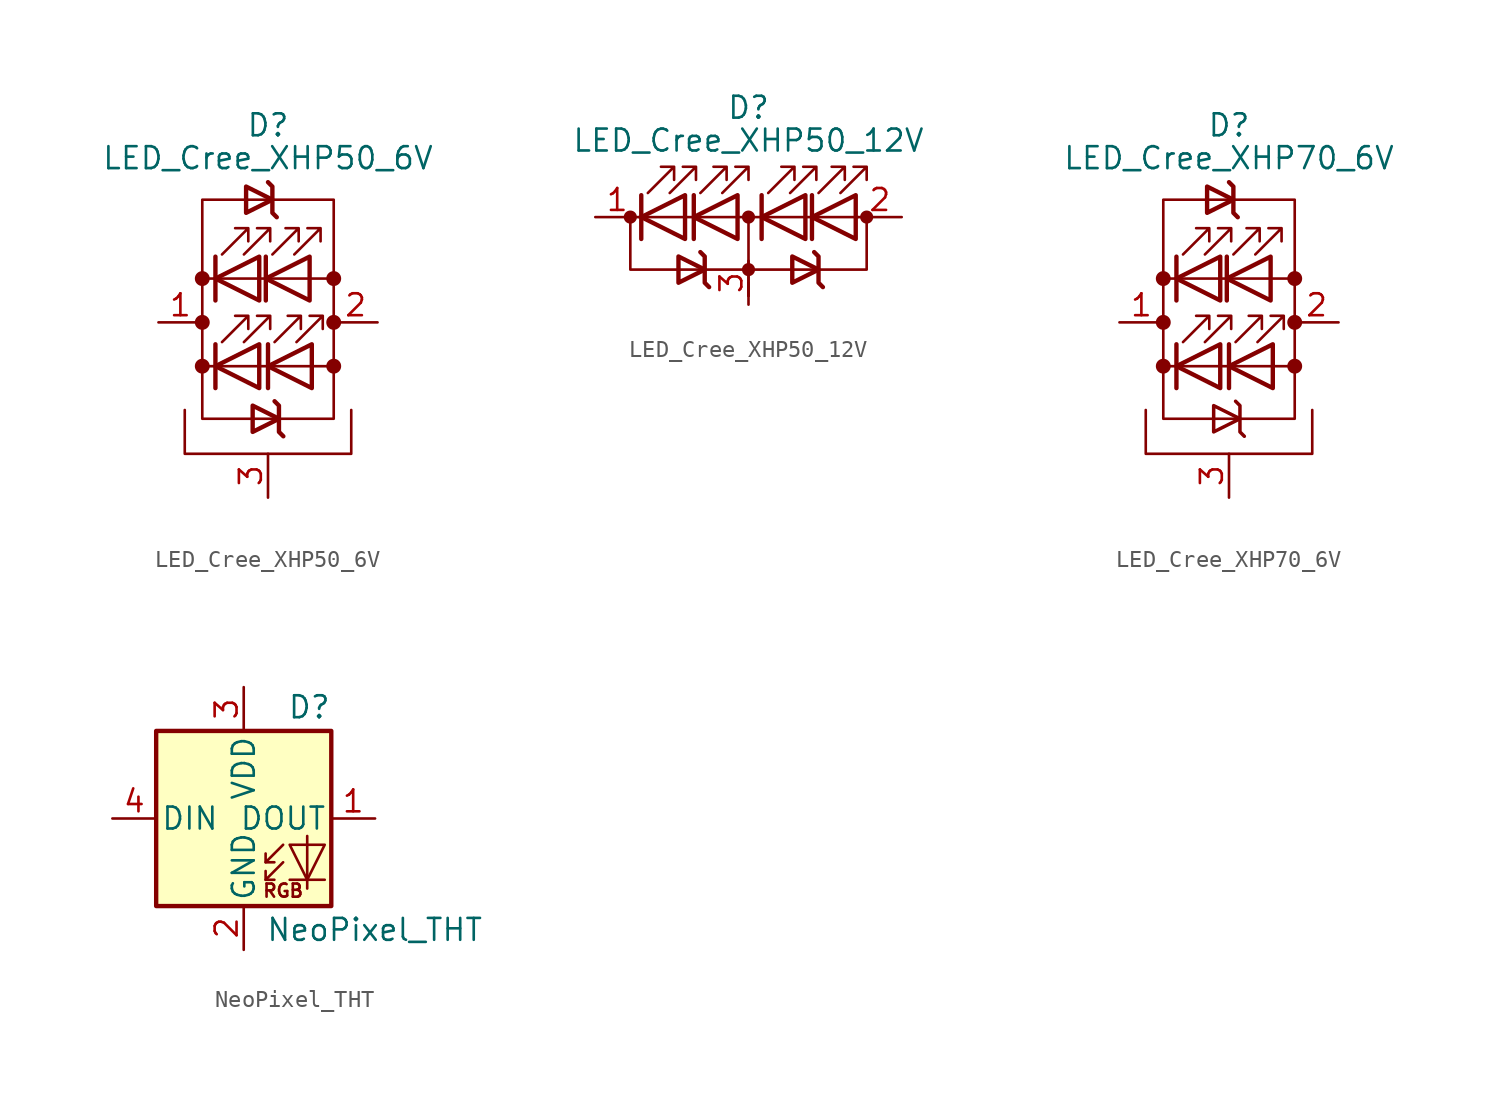
<source format=kicad_sym>
(kicad_symbol_lib
  (version 20211014)
  (generator kicad_symbol_editor)
  (symbol "LED_Cree_XHP50_6V"
    (pin_names
      (offset 1.016) hide)
    (property "Reference" "D"
      (at 0 11.43 0)
      (effects (font (size 1.27 1.27))))
    (property "Value" "LED_Cree_XHP50_6V"
      (at 0 9.525 0)
      (effects (font (size 1.27 1.27))))
    (symbol "LED_Cree_XHP50_6V_0_1"
      (circle (center -3.81 -2.54) (radius 0.356) (stroke (width 0) (type default) (color 0 0 0 0)) (fill (type outline)))
      (circle (center -3.81 0) (radius 0.356) (stroke (width 0) (type default) (color 0 0 0 0)) (fill (type outline)))
      (circle (center -3.81 2.54) (radius 0.356) (stroke (width 0) (type default) (color 0 0 0 0)) (fill (type outline)))
      (polyline (pts (xy -3.81 -2.54) (xy 3.81 -2.54)) (stroke (width 0) (type default) (color 0 0 0 0)) (fill (type none)))
      (polyline (pts (xy -3.048 -3.81) (xy -3.048 -1.27)) (stroke (width 0.254) (type default) (color 0 0 0 0)) (fill (type none)))
      (polyline (pts (xy -3.048 1.27) (xy -3.048 3.81)) (stroke (width 0.254) (type default) (color 0 0 0 0)) (fill (type none)))
      (polyline (pts (xy -0.127 1.27) (xy -0.127 3.81)) (stroke (width 0.254) (type default) (color 0 0 0 0)) (fill (type none)))
      (polyline (pts (xy 0 -3.81) (xy 0 -1.27)) (stroke (width 0.254) (type default) (color 0 0 0 0)) (fill (type none)))
      (polyline (pts (xy 3.81 2.54) (xy -3.81 2.54)) (stroke (width 0) (type default) (color 0 0 0 0)) (fill (type none)))
      (polyline (pts (xy -4.826 -5.08) (xy -4.826 -7.62) (xy 4.826 -7.62) (xy 4.826 -5.08)) (stroke (width 0) (type default) (color 0 0 0 0)) (fill (type none)))
      (polyline (pts (xy -0.508 -3.81) (xy -0.508 -1.27) (xy -3.048 -2.54) (xy -0.508 -3.81)) (stroke (width 0.254) (type default) (color 0 0 0 0)) (fill (type none)))
      (polyline (pts (xy -0.508 1.27) (xy -0.508 3.81) (xy -3.048 2.54) (xy -0.508 1.27)) (stroke (width 0.254) (type default) (color 0 0 0 0)) (fill (type none)))
      (polyline (pts (xy 0.508 6.096) (xy 0.254 6.35) (xy 0.254 7.874) (xy 0 8.128)) (stroke (width 0.254) (type default) (color 0 0 0 0)) (fill (type none)))
      (polyline (pts (xy 0.889 -6.604) (xy 0.635 -6.35) (xy 0.635 -4.826) (xy 0.381 -4.572)) (stroke (width 0.254) (type default) (color 0 0 0 0)) (fill (type none)))
      (polyline (pts (xy 2.413 1.27) (xy 2.413 3.81) (xy -0.127 2.54) (xy 2.413 1.27)) (stroke (width 0.254) (type default) (color 0 0 0 0)) (fill (type none)))
      (polyline (pts (xy 2.54 -3.81) (xy 2.54 -1.27) (xy 0 -2.54) (xy 2.54 -3.81)) (stroke (width 0.254) (type default) (color 0 0 0 0)) (fill (type none)))
      (polyline (pts (xy -3.81 -5.588) (xy -3.81 7.112) (xy 3.81 7.112) (xy 3.81 -5.588) (xy -3.81 -5.588)) (stroke (width 0) (type default) (color 0 0 0 0)) (fill (type none)))
      (polyline (pts (xy -2.667 -1.143) (xy -1.143 0.381) (xy -1.905 0.381) (xy -1.143 0.381) (xy -1.143 -0.381)) (stroke (width 0) (type default) (color 0 0 0 0)) (fill (type none)))
      (polyline (pts (xy -2.667 3.937) (xy -1.143 5.461) (xy -1.905 5.461) (xy -1.143 5.461) (xy -1.143 4.699)) (stroke (width 0) (type default) (color 0 0 0 0)) (fill (type none)))
      (polyline (pts (xy -1.397 -1.143) (xy 0.127 0.381) (xy -0.635 0.381) (xy 0.127 0.381) (xy 0.127 -0.381)) (stroke (width 0) (type default) (color 0 0 0 0)) (fill (type none)))
      (polyline (pts (xy -1.397 3.937) (xy 0.127 5.461) (xy -0.635 5.461) (xy 0.127 5.461) (xy 0.127 4.699)) (stroke (width 0) (type default) (color 0 0 0 0)) (fill (type none)))
      (polyline (pts (xy -1.27 6.35) (xy -1.27 7.874) (xy 0.254 7.112) (xy -1.27 6.35) (xy -1.27 6.604)) (stroke (width 0.254) (type default) (color 0 0 0 0)) (fill (type none)))
      (polyline (pts (xy -0.889 -6.35) (xy -0.889 -4.826) (xy 0.635 -5.588) (xy -0.889 -6.35) (xy -0.889 -6.096)) (stroke (width 0.254) (type default) (color 0 0 0 0)) (fill (type none)))
      (polyline (pts (xy 0.254 3.937) (xy 1.778 5.461) (xy 1.016 5.461) (xy 1.778 5.461) (xy 1.778 4.699)) (stroke (width 0) (type default) (color 0 0 0 0)) (fill (type none)))
      (polyline (pts (xy 0.381 -1.143) (xy 1.905 0.381) (xy 1.143 0.381) (xy 1.905 0.381) (xy 1.905 -0.381)) (stroke (width 0) (type default) (color 0 0 0 0)) (fill (type none)))
      (polyline (pts (xy 1.524 3.937) (xy 3.048 5.461) (xy 2.286 5.461) (xy 3.048 5.461) (xy 3.048 4.699)) (stroke (width 0) (type default) (color 0 0 0 0)) (fill (type none)))
      (polyline (pts (xy 1.651 -1.143) (xy 3.175 0.381) (xy 2.413 0.381) (xy 3.175 0.381) (xy 3.175 -0.381)) (stroke (width 0) (type default) (color 0 0 0 0)) (fill (type none)))
      (circle (center 3.81 -2.54) (radius 0.356) (stroke (width 0) (type default) (color 0 0 0 0)) (fill (type outline)))
      (circle (center 3.81 0) (radius 0.356) (stroke (width 0) (type default) (color 0 0 0 0)) (fill (type outline)))
      (circle (center 3.81 2.54) (radius 0.356) (stroke (width 0) (type default) (color 0 0 0 0)) (fill (type outline))))
    (symbol "LED_Cree_XHP50_6V_1_1"
      (pin passive line (at -6.35 0 0) (length 2.54) (name "K" (effects (font (size 1.27 1.27)))) (number "1" (effects (font (size 1.27 1.27)))))
      (pin passive line (at 6.35 0 180) (length 2.54) (name "A" (effects (font (size 1.27 1.27)))) (number "2" (effects (font (size 1.27 1.27)))))
      (pin passive line (at 0 -10.16 90) (length 2.54) (name "PAD" (effects (font (size 1.27 1.27)))) (number "3" (effects (font (size 1.27 1.27)))))))
  (symbol "LED_Cree_XHP50_12V"
    (pin_names
      (offset 1.016) hide)
    (property "Reference" "D"
      (at 0 6.35 0)
      (effects (font (size 1.27 1.27))))
    (property "Value" "LED_Cree_XHP50_12V"
      (at 0 4.445 0)
      (effects (font (size 1.27 1.27))))
    (symbol "LED_Cree_XHP50_12V_0_1"
      (circle (center -6.858 0) (radius 0.254) (stroke (width 0.254) (type default) (color 0 0 0 0)) (fill (type outline)))
      (circle (center 0 -3.048) (radius 0.254) (stroke (width 0.254) (type default) (color 0 0 0 0)) (fill (type outline)))
      (polyline (pts (xy -6.35 0) (xy 6.35 0)) (stroke (width 0) (type default) (color 0 0 0 0)) (fill (type none)))
      (polyline (pts (xy -6.223 -1.27) (xy -6.223 1.27)) (stroke (width 0.254) (type default) (color 0 0 0 0)) (fill (type none)))
      (polyline (pts (xy -3.175 -1.27) (xy -3.175 1.27)) (stroke (width 0.254) (type default) (color 0 0 0 0)) (fill (type none)))
      (polyline (pts (xy 0 -3.81) (xy 0 -4.572)) (stroke (width 0) (type default) (color 0 0 0 0)) (fill (type none)))
      (polyline (pts (xy 0 0) (xy 0 -4.572)) (stroke (width 0) (type default) (color 0 0 0 0)) (fill (type none)))
      (polyline (pts (xy 0.762 -1.27) (xy 0.762 1.27)) (stroke (width 0.254) (type default) (color 0 0 0 0)) (fill (type none)))
      (polyline (pts (xy 3.683 -1.27) (xy 3.683 1.27)) (stroke (width 0.254) (type default) (color 0 0 0 0)) (fill (type none)))
      (polyline (pts (xy -6.858 0) (xy -6.858 -3.048) (xy 6.858 -3.048) (xy 6.858 0)) (stroke (width 0) (type default) (color 0 0 0 0)) (fill (type none)))
      (polyline (pts (xy -3.683 -1.27) (xy -3.683 1.27) (xy -6.223 0) (xy -3.683 -1.27)) (stroke (width 0.254) (type default) (color 0 0 0 0)) (fill (type none)))
      (polyline (pts (xy -2.286 -4.064) (xy -2.54 -3.81) (xy -2.54 -2.286) (xy -2.794 -2.032)) (stroke (width 0.254) (type default) (color 0 0 0 0)) (fill (type none)))
      (polyline (pts (xy -0.635 -1.27) (xy -0.635 1.27) (xy -3.175 0) (xy -0.635 -1.27)) (stroke (width 0.254) (type default) (color 0 0 0 0)) (fill (type none)))
      (polyline (pts (xy 3.302 -1.27) (xy 3.302 1.27) (xy 0.762 0) (xy 3.302 -1.27)) (stroke (width 0.254) (type default) (color 0 0 0 0)) (fill (type none)))
      (polyline (pts (xy 4.318 -4.064) (xy 4.064 -3.81) (xy 4.064 -2.286) (xy 3.81 -2.032)) (stroke (width 0.254) (type default) (color 0 0 0 0)) (fill (type none)))
      (polyline (pts (xy 6.223 -1.27) (xy 6.223 1.27) (xy 3.683 0) (xy 6.223 -1.27)) (stroke (width 0.254) (type default) (color 0 0 0 0)) (fill (type none)))
      (polyline (pts (xy -5.842 1.397) (xy -4.318 2.921) (xy -5.08 2.921) (xy -4.318 2.921) (xy -4.318 2.159)) (stroke (width 0) (type default) (color 0 0 0 0)) (fill (type none)))
      (polyline (pts (xy -4.572 1.397) (xy -3.048 2.921) (xy -3.81 2.921) (xy -3.048 2.921) (xy -3.048 2.159)) (stroke (width 0) (type default) (color 0 0 0 0)) (fill (type none)))
      (polyline (pts (xy -4.064 -3.81) (xy -4.064 -2.286) (xy -2.54 -3.048) (xy -4.064 -3.81) (xy -4.064 -3.556)) (stroke (width 0.254) (type default) (color 0 0 0 0)) (fill (type none)))
      (polyline (pts (xy -2.794 1.397) (xy -1.27 2.921) (xy -2.032 2.921) (xy -1.27 2.921) (xy -1.27 2.159)) (stroke (width 0) (type default) (color 0 0 0 0)) (fill (type none)))
      (polyline (pts (xy -1.524 1.397) (xy 0 2.921) (xy -0.762 2.921) (xy 0 2.921) (xy 0 2.159)) (stroke (width 0) (type default) (color 0 0 0 0)) (fill (type none)))
      (polyline (pts (xy 1.143 1.397) (xy 2.667 2.921) (xy 1.905 2.921) (xy 2.667 2.921) (xy 2.667 2.159)) (stroke (width 0) (type default) (color 0 0 0 0)) (fill (type none)))
      (polyline (pts (xy 2.413 1.397) (xy 3.937 2.921) (xy 3.175 2.921) (xy 3.937 2.921) (xy 3.937 2.159)) (stroke (width 0) (type default) (color 0 0 0 0)) (fill (type none)))
      (polyline (pts (xy 2.54 -3.81) (xy 2.54 -2.286) (xy 4.064 -3.048) (xy 2.54 -3.81) (xy 2.54 -3.556)) (stroke (width 0.254) (type default) (color 0 0 0 0)) (fill (type none)))
      (polyline (pts (xy 4.064 1.397) (xy 5.588 2.921) (xy 4.826 2.921) (xy 5.588 2.921) (xy 5.588 2.159)) (stroke (width 0) (type default) (color 0 0 0 0)) (fill (type none)))
      (polyline (pts (xy 5.334 1.397) (xy 6.858 2.921) (xy 6.096 2.921) (xy 6.858 2.921) (xy 6.858 2.159)) (stroke (width 0) (type default) (color 0 0 0 0)) (fill (type none)))
      (circle (center 0 0) (radius 0.254) (stroke (width 0.254) (type default) (color 0 0 0 0)) (fill (type outline)))
      (circle (center 6.858 0) (radius 0.254) (stroke (width 0.254) (type default) (color 0 0 0 0)) (fill (type outline))))
    (symbol "LED_Cree_XHP50_12V_1_1"
      (pin passive line (at -8.89 0 0) (length 2.54) (name "K" (effects (font (size 1.27 1.27)))) (number "1" (effects (font (size 1.27 1.27)))))
      (pin passive line (at 8.89 0 180) (length 2.54) (name "A" (effects (font (size 1.27 1.27)))) (number "2" (effects (font (size 1.27 1.27)))))
      (pin passive line (at 0 -5.08 90) (length 2.54) (name "PAD" (effects (font (size 1.27 1.27)))) (number "3" (effects (font (size 1.27 1.27)))))))
  (symbol "LED_Cree_XHP70_6V"
    (pin_names
      (offset 1.016) hide)
    (property "Reference" "D"
      (at 0 11.43 0)
      (effects (font (size 1.27 1.27))))
    (property "Value" "LED_Cree_XHP70_6V"
      (at 0 9.525 0)
      (effects (font (size 1.27 1.27))))
    (symbol "LED_Cree_XHP70_6V_0_1"
      (circle (center -3.81 -2.54) (radius 0.356) (stroke (width 0) (type default) (color 0 0 0 0)) (fill (type outline)))
      (circle (center -3.81 0) (radius 0.356) (stroke (width 0) (type default) (color 0 0 0 0)) (fill (type outline)))
      (circle (center -3.81 2.54) (radius 0.356) (stroke (width 0) (type default) (color 0 0 0 0)) (fill (type outline)))
      (polyline (pts (xy -3.81 -2.54) (xy 3.81 -2.54)) (stroke (width 0) (type default) (color 0 0 0 0)) (fill (type none)))
      (polyline (pts (xy -3.048 -3.81) (xy -3.048 -1.27)) (stroke (width 0.254) (type default) (color 0 0 0 0)) (fill (type none)))
      (polyline (pts (xy -3.048 1.27) (xy -3.048 3.81)) (stroke (width 0.254) (type default) (color 0 0 0 0)) (fill (type none)))
      (polyline (pts (xy -0.127 1.27) (xy -0.127 3.81)) (stroke (width 0.254) (type default) (color 0 0 0 0)) (fill (type none)))
      (polyline (pts (xy 0 -3.81) (xy 0 -1.27)) (stroke (width 0.254) (type default) (color 0 0 0 0)) (fill (type none)))
      (polyline (pts (xy 3.81 2.54) (xy -3.81 2.54)) (stroke (width 0) (type default) (color 0 0 0 0)) (fill (type none)))
      (polyline (pts (xy -4.826 -5.08) (xy -4.826 -7.62) (xy 4.826 -7.62) (xy 4.826 -5.08)) (stroke (width 0) (type default) (color 0 0 0 0)) (fill (type none)))
      (polyline (pts (xy -0.508 -3.81) (xy -0.508 -1.27) (xy -3.048 -2.54) (xy -0.508 -3.81)) (stroke (width 0.254) (type default) (color 0 0 0 0)) (fill (type none)))
      (polyline (pts (xy -0.508 1.27) (xy -0.508 3.81) (xy -3.048 2.54) (xy -0.508 1.27)) (stroke (width 0.254) (type default) (color 0 0 0 0)) (fill (type none)))
      (polyline (pts (xy 0.508 6.096) (xy 0.254 6.35) (xy 0.254 7.874) (xy 0 8.128)) (stroke (width 0.254) (type default) (color 0 0 0 0)) (fill (type none)))
      (polyline (pts (xy 0.889 -6.604) (xy 0.635 -6.35) (xy 0.635 -4.826) (xy 0.381 -4.572)) (stroke (width 0.203) (type default) (color 0 0 0 0)) (fill (type none)))
      (polyline (pts (xy 2.413 1.27) (xy 2.413 3.81) (xy -0.127 2.54) (xy 2.413 1.27)) (stroke (width 0.254) (type default) (color 0 0 0 0)) (fill (type none)))
      (polyline (pts (xy 2.54 -3.81) (xy 2.54 -1.27) (xy 0 -2.54) (xy 2.54 -3.81)) (stroke (width 0.254) (type default) (color 0 0 0 0)) (fill (type none)))
      (polyline (pts (xy -3.81 -5.588) (xy -3.81 7.112) (xy 3.81 7.112) (xy 3.81 -5.588) (xy -3.81 -5.588)) (stroke (width 0) (type default) (color 0 0 0 0)) (fill (type none)))
      (polyline (pts (xy -2.667 -1.143) (xy -1.143 0.381) (xy -1.905 0.381) (xy -1.143 0.381) (xy -1.143 -0.381)) (stroke (width 0) (type default) (color 0 0 0 0)) (fill (type none)))
      (polyline (pts (xy -2.667 3.937) (xy -1.143 5.461) (xy -1.905 5.461) (xy -1.143 5.461) (xy -1.143 4.699)) (stroke (width 0) (type default) (color 0 0 0 0)) (fill (type none)))
      (polyline (pts (xy -1.397 -1.143) (xy 0.127 0.381) (xy -0.635 0.381) (xy 0.127 0.381) (xy 0.127 -0.381)) (stroke (width 0) (type default) (color 0 0 0 0)) (fill (type none)))
      (polyline (pts (xy -1.397 3.937) (xy 0.127 5.461) (xy -0.635 5.461) (xy 0.127 5.461) (xy 0.127 4.699)) (stroke (width 0) (type default) (color 0 0 0 0)) (fill (type none)))
      (polyline (pts (xy -1.27 6.35) (xy -1.27 7.874) (xy 0.254 7.112) (xy -1.27 6.35) (xy -1.27 6.604)) (stroke (width 0.254) (type default) (color 0 0 0 0)) (fill (type none)))
      (polyline (pts (xy -0.889 -6.35) (xy -0.889 -4.826) (xy 0.635 -5.588) (xy -0.889 -6.35) (xy -0.889 -6.096)) (stroke (width 0.203) (type default) (color 0 0 0 0)) (fill (type none)))
      (polyline (pts (xy 0.254 3.937) (xy 1.778 5.461) (xy 1.016 5.461) (xy 1.778 5.461) (xy 1.778 4.699)) (stroke (width 0) (type default) (color 0 0 0 0)) (fill (type none)))
      (polyline (pts (xy 0.381 -1.143) (xy 1.905 0.381) (xy 1.143 0.381) (xy 1.905 0.381) (xy 1.905 -0.381)) (stroke (width 0) (type default) (color 0 0 0 0)) (fill (type none)))
      (polyline (pts (xy 1.524 3.937) (xy 3.048 5.461) (xy 2.286 5.461) (xy 3.048 5.461) (xy 3.048 4.699)) (stroke (width 0) (type default) (color 0 0 0 0)) (fill (type none)))
      (polyline (pts (xy 1.651 -1.143) (xy 3.175 0.381) (xy 2.413 0.381) (xy 3.175 0.381) (xy 3.175 -0.381)) (stroke (width 0) (type default) (color 0 0 0 0)) (fill (type none)))
      (circle (center 3.81 -2.54) (radius 0.356) (stroke (width 0) (type default) (color 0 0 0 0)) (fill (type outline)))
      (circle (center 3.81 0) (radius 0.356) (stroke (width 0) (type default) (color 0 0 0 0)) (fill (type outline)))
      (circle (center 3.81 2.54) (radius 0.356) (stroke (width 0) (type default) (color 0 0 0 0)) (fill (type outline))))
    (symbol "LED_Cree_XHP70_6V_1_1"
      (pin passive line (at -6.35 0 0) (length 2.54) (name "K" (effects (font (size 1.27 1.27)))) (number "1" (effects (font (size 1.27 1.27)))))
      (pin passive line (at 6.35 0 180) (length 2.54) (name "A" (effects (font (size 1.27 1.27)))) (number "2" (effects (font (size 1.27 1.27)))))
      (pin passive line (at 0 -10.16 90) (length 2.54) (name "PAD" (effects (font (size 1.27 1.27)))) (number "3" (effects (font (size 1.27 1.27)))))))
  (symbol "NeoPixel_THT"
    (pin_names
      (offset 0.254))
    (property "Reference" "D"
      (at 5.08 5.715 0)
      (effects (font (size 1.27 1.27)) (justify right bottom)))
    (property "Value" "NeoPixel_THT"
      (at 1.27 -5.715 0)
      (effects (font (size 1.27 1.27)) (justify left top)))
    (symbol "NeoPixel_THT_0_0"
      (text "RGB" (at 2.286 -4.191 0) (effects (font (size 0.762 0.762)))))
    (symbol "NeoPixel_THT_0_1"
      (polyline (pts (xy 1.27 -3.556) (xy 1.778 -3.556)) (stroke (width 0) (type default) (color 0 0 0 0)) (fill (type none)))
      (polyline (pts (xy 1.27 -2.54) (xy 1.778 -2.54)) (stroke (width 0) (type default) (color 0 0 0 0)) (fill (type none)))
      (polyline (pts (xy 4.699 -3.556) (xy 2.667 -3.556)) (stroke (width 0) (type default) (color 0 0 0 0)) (fill (type none)))
      (polyline (pts (xy 2.286 -2.54) (xy 1.27 -3.556) (xy 1.27 -3.048)) (stroke (width 0) (type default) (color 0 0 0 0)) (fill (type none)))
      (polyline (pts (xy 2.286 -1.524) (xy 1.27 -2.54) (xy 1.27 -2.032)) (stroke (width 0) (type default) (color 0 0 0 0)) (fill (type none)))
      (polyline (pts (xy 3.683 -1.016) (xy 3.683 -3.556) (xy 3.683 -4.064)) (stroke (width 0) (type default) (color 0 0 0 0)) (fill (type none)))
      (polyline (pts (xy 4.699 -1.524) (xy 2.667 -1.524) (xy 3.683 -3.556) (xy 4.699 -1.524)) (stroke (width 0) (type default) (color 0 0 0 0)) (fill (type none)))
      (rectangle (start 5.08 5.08) (end -5.08 -5.08) (stroke (width 0.254) (type default) (color 0 0 0 0)) (fill (type background))))
    (symbol "NeoPixel_THT_1_1"
      (pin output line (at 7.62 0 180) (length 2.54) (name "DOUT" (effects (font (size 1.27 1.27)))) (number "1" (effects (font (size 1.27 1.27)))))
      (pin power_in line (at 0 -7.62 90) (length 2.54) (name "GND" (effects (font (size 1.27 1.27)))) (number "2" (effects (font (size 1.27 1.27)))))
      (pin power_in line (at 0 7.62 270) (length 2.54) (name "VDD" (effects (font (size 1.27 1.27)))) (number "3" (effects (font (size 1.27 1.27)))))
      (pin input line (at -7.62 0 0) (length 2.54) (name "DIN" (effects (font (size 1.27 1.27)))) (number "4" (effects (font (size 1.27 1.27))))))))
</source>
